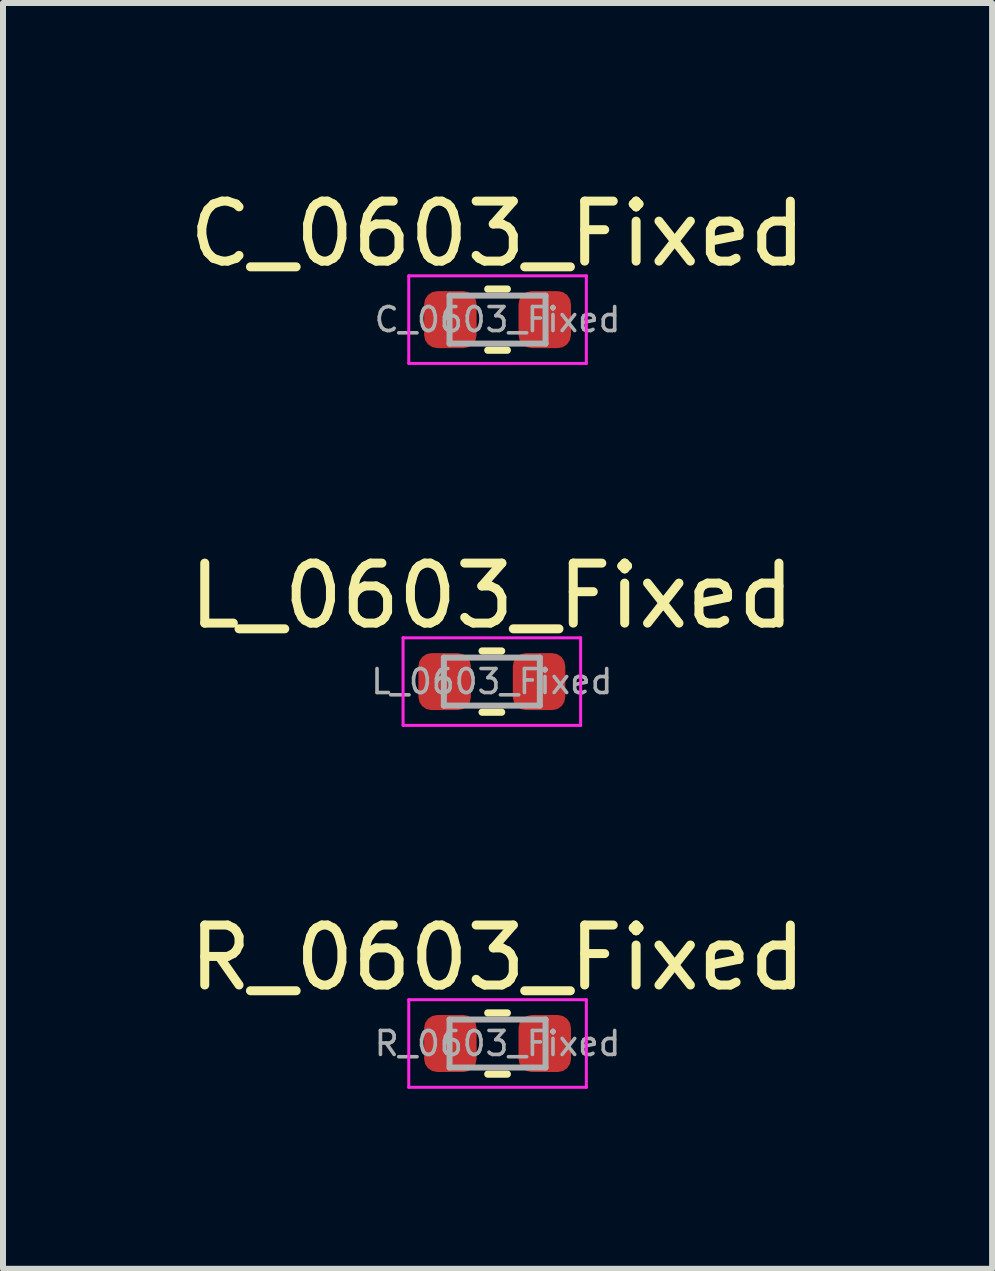
<source format=kicad_pcb>
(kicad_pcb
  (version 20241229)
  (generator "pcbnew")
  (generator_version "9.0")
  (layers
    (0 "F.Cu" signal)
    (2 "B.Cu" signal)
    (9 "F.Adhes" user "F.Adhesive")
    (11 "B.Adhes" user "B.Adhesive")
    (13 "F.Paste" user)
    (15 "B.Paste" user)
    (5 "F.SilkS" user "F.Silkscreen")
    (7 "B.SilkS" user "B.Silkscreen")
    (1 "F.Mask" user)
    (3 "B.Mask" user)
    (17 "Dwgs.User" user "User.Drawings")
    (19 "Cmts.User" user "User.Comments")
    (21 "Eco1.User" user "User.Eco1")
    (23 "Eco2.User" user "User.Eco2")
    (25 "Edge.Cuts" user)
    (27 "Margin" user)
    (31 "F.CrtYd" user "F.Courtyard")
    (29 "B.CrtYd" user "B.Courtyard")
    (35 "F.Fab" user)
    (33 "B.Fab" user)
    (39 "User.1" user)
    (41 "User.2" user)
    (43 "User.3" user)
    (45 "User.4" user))
  (footprint "C_0603_Fixed"
    (layer "F.Cu")
    (at 5.244 2.278)
    (property "Reference" "C_0603_Fixed" (at 0 -1.43 0) (layer "F.SilkS") (effects (font (size 1 1) (thickness 0.15))))
    (attr smd)
    (fp_line (start -0.163 -0.51) (end 0.163 -0.51) (stroke (width 0.12) (type solid)) (layer "F.SilkS"))
    (fp_line (start -0.163 0.51) (end 0.163 0.51) (stroke (width 0.12) (type solid)) (layer "F.SilkS"))
    (fp_line (start -1.48 -0.73) (end 1.48 -0.73) (stroke (width 0.05) (type solid)) (layer "F.CrtYd"))
    (fp_line (start -1.48 0.73) (end -1.48 -0.73) (stroke (width 0.05) (type solid)) (layer "F.CrtYd"))
    (fp_line (start 1.48 -0.73) (end 1.48 0.73) (stroke (width 0.05) (type solid)) (layer "F.CrtYd"))
    (fp_line (start 1.48 0.73) (end -1.48 0.73) (stroke (width 0.05) (type solid)) (layer "F.CrtYd"))
    (fp_line (start -0.8 -0.4) (end 0.8 -0.4) (stroke (width 0.1) (type solid)) (layer "F.Fab"))
    (fp_line (start -0.8 0.4) (end -0.8 -0.4) (stroke (width 0.1) (type solid)) (layer "F.Fab"))
    (fp_line (start 0.8 -0.4) (end 0.8 0.4) (stroke (width 0.1) (type solid)) (layer "F.Fab"))
    (fp_line (start 0.8 0.4) (end -0.8 0.4) (stroke (width 0.1) (type solid)) (layer "F.Fab"))
    (fp_text user "${REFERENCE}" (at 0 0 0) (layer "F.Fab") (effects (font (size 0.4 0.4) (thickness 0.06))))
    (pad "1" smd roundrect (at -0.787 0) (size 0.875 0.95) (layers "F.Cu" "F.Mask" "F.Paste") (roundrect_rratio 0.25))
    (pad "2" smd roundrect (at 0.787 0) (size 0.875 0.95) (layers "F.Cu" "F.Mask" "F.Paste") (roundrect_rratio 0.25)))
  (footprint "L_0603_Fixed"
    (layer "F.Cu")
    (at 5.149 8.312)
    (property "Reference" "L_0603_Fixed" (at 0 -1.43 0) (layer "F.SilkS") (effects (font (size 1 1) (thickness 0.15))))
    (attr smd)
    (fp_line (start -0.163 -0.51) (end 0.163 -0.51) (stroke (width 0.12) (type solid)) (layer "F.SilkS"))
    (fp_line (start -0.163 0.51) (end 0.163 0.51) (stroke (width 0.12) (type solid)) (layer "F.SilkS"))
    (fp_line (start -1.48 -0.73) (end 1.48 -0.73) (stroke (width 0.05) (type solid)) (layer "F.CrtYd"))
    (fp_line (start -1.48 0.73) (end -1.48 -0.73) (stroke (width 0.05) (type solid)) (layer "F.CrtYd"))
    (fp_line (start 1.48 -0.73) (end 1.48 0.73) (stroke (width 0.05) (type solid)) (layer "F.CrtYd"))
    (fp_line (start 1.48 0.73) (end -1.48 0.73) (stroke (width 0.05) (type solid)) (layer "F.CrtYd"))
    (fp_line (start -0.8 -0.4) (end 0.8 -0.4) (stroke (width 0.1) (type solid)) (layer "F.Fab"))
    (fp_line (start -0.8 0.4) (end -0.8 -0.4) (stroke (width 0.1) (type solid)) (layer "F.Fab"))
    (fp_line (start 0.8 -0.4) (end 0.8 0.4) (stroke (width 0.1) (type solid)) (layer "F.Fab"))
    (fp_line (start 0.8 0.4) (end -0.8 0.4) (stroke (width 0.1) (type solid)) (layer "F.Fab"))
    (fp_text user "${REFERENCE}" (at 0 0 0) (layer "F.Fab") (effects (font (size 0.4 0.4) (thickness 0.06))))
    (pad "1" smd roundrect (at -0.787 0) (size 0.875 0.95) (layers "F.Cu" "F.Mask" "F.Paste") (roundrect_rratio 0.25))
    (pad "2" smd roundrect (at 0.787 0) (size 0.875 0.95) (layers "F.Cu" "F.Mask" "F.Paste") (roundrect_rratio 0.25)))
  (footprint "R_0603_Fixed"
    (layer "F.Cu")
    (at 5.244 14.345)
    (property "Reference" "R_0603_Fixed" (at 0 -1.43 0) (layer "F.SilkS") (effects (font (size 1 1) (thickness 0.15))))
    (attr smd)
    (fp_line (start -0.163 -0.51) (end 0.163 -0.51) (stroke (width 0.12) (type solid)) (layer "F.SilkS"))
    (fp_line (start -0.163 0.51) (end 0.163 0.51) (stroke (width 0.12) (type solid)) (layer "F.SilkS"))
    (fp_line (start -1.48 -0.73) (end 1.48 -0.73) (stroke (width 0.05) (type solid)) (layer "F.CrtYd"))
    (fp_line (start -1.48 0.73) (end -1.48 -0.73) (stroke (width 0.05) (type solid)) (layer "F.CrtYd"))
    (fp_line (start 1.48 -0.73) (end 1.48 0.73) (stroke (width 0.05) (type solid)) (layer "F.CrtYd"))
    (fp_line (start 1.48 0.73) (end -1.48 0.73) (stroke (width 0.05) (type solid)) (layer "F.CrtYd"))
    (fp_line (start -0.8 -0.4) (end 0.8 -0.4) (stroke (width 0.1) (type solid)) (layer "F.Fab"))
    (fp_line (start -0.8 0.4) (end -0.8 -0.4) (stroke (width 0.1) (type solid)) (layer "F.Fab"))
    (fp_line (start 0.8 -0.4) (end 0.8 0.4) (stroke (width 0.1) (type solid)) (layer "F.Fab"))
    (fp_line (start 0.8 0.4) (end -0.8 0.4) (stroke (width 0.1) (type solid)) (layer "F.Fab"))
    (fp_text user "${REFERENCE}" (at 0 0 0) (layer "F.Fab") (effects (font (size 0.4 0.4) (thickness 0.06))))
    (pad "1" smd roundrect (at -0.787 0) (size 0.875 0.95) (layers "F.Cu" "F.Mask" "F.Paste") (roundrect_rratio 0.25))
    (pad "2" smd roundrect (at 0.787 0) (size 0.875 0.95) (layers "F.Cu" "F.Mask" "F.Paste") (roundrect_rratio 0.25)))
  (gr_rect
    (start -3 -3)
    (end 13.488 18.1)
    (stroke (width 0.1) (type default))
    (fill no)
    (layer "Edge.Cuts")))
</source>
